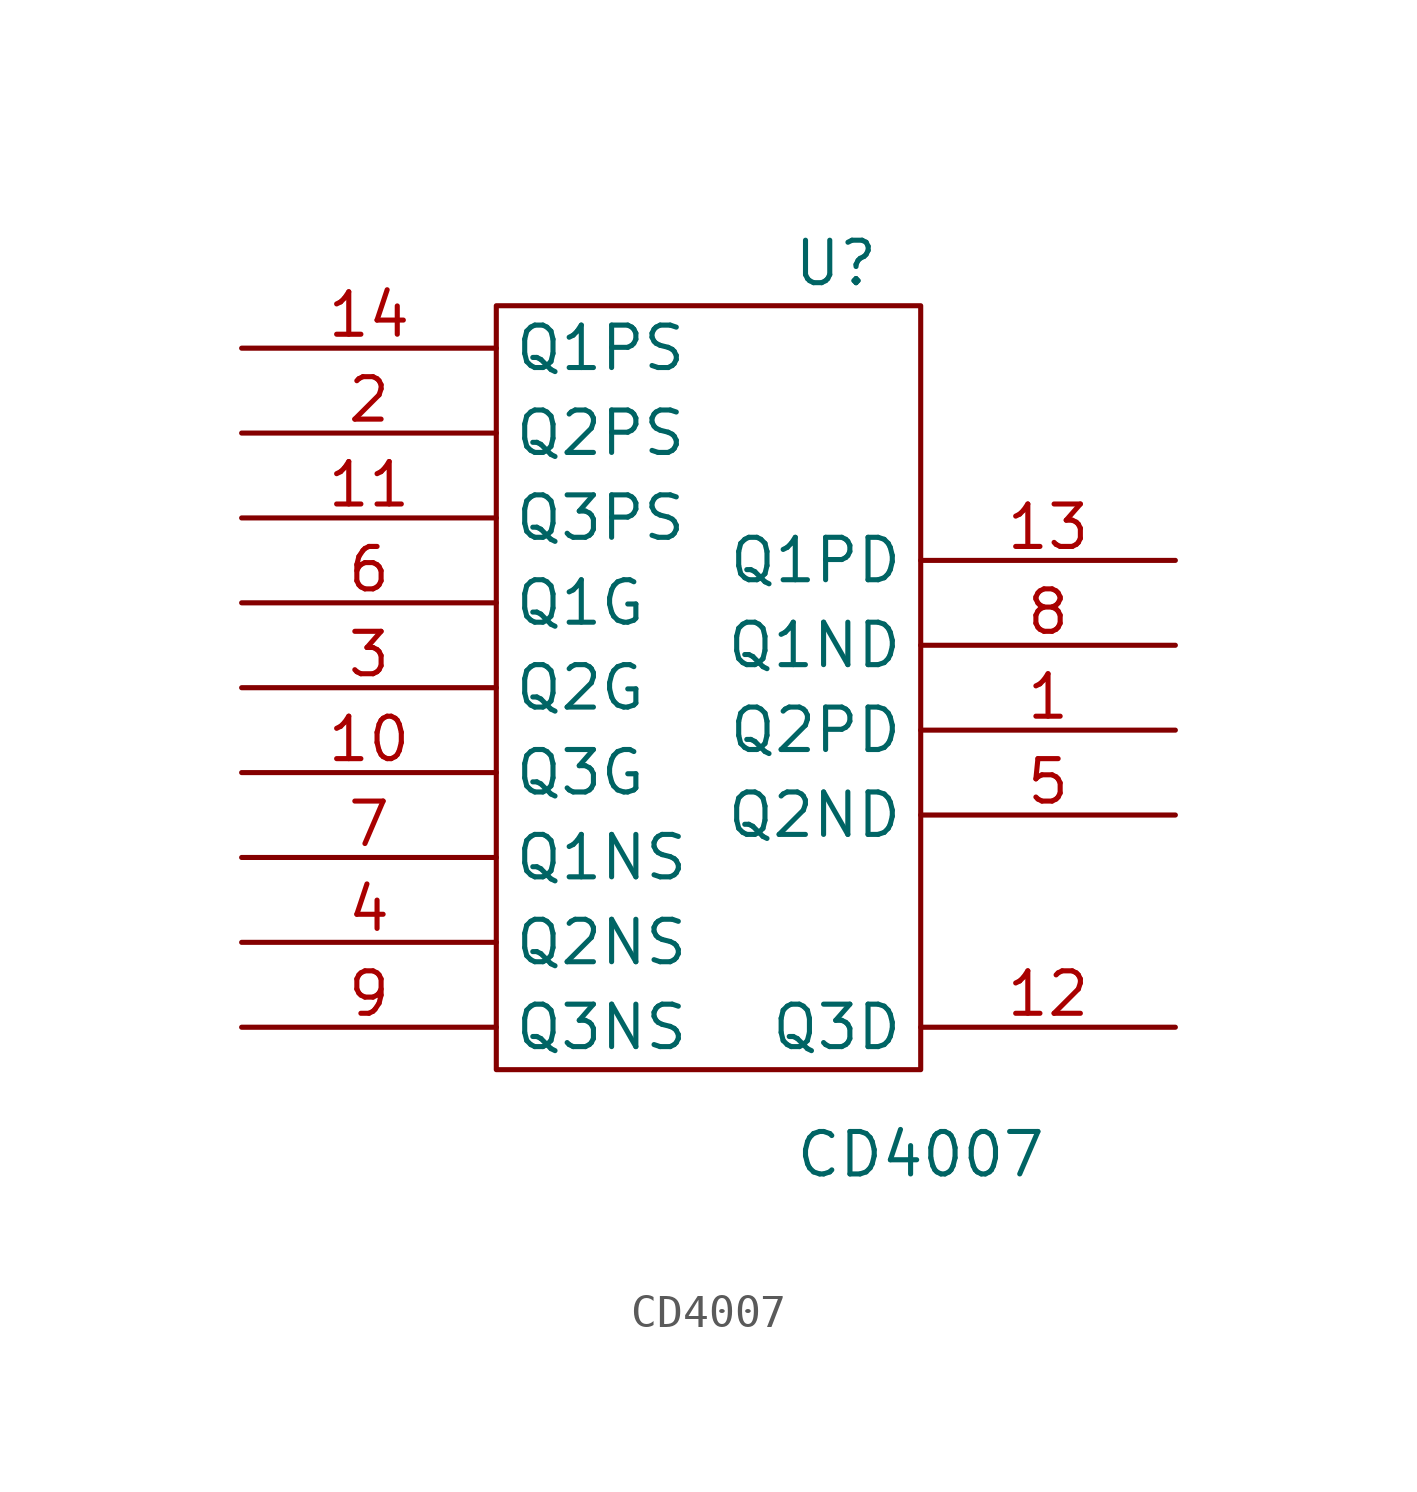
<source format=kicad_sym>
(kicad_symbol_lib
  (version 20211014)
  (generator kicad_symbol_editor)
  (symbol "CD4007"
    (property "Reference" "U"
      (at 3.81 12.7 0)
      (effects (font (size 1.27 1.27))))
    (property "Value" "CD4007"
      (at 6.35 -13.97 0)
      (effects (font (size 1.27 1.27))))
    (symbol "CD4007_0_1"
      (rectangle (start -6.35 11.43) (end 6.35 -11.43) (stroke (width 0) (type default) (color 0 0 0 0)) (fill (type none))))
    (symbol "CD4007_1_1"
      (pin output line (at 13.97 -1.27 180) (length 7.62) (name "Q2PD" (effects (font (size 1.27 1.27)))) (number "1" (effects (font (size 1.27 1.27)))))
      (pin input line (at -13.97 -2.54 0) (length 7.62) (name "Q3G" (effects (font (size 1.27 1.27)))) (number "10" (effects (font (size 1.27 1.27)))))
      (pin input line (at -13.97 5.08 0) (length 7.62) (name "Q3PS" (effects (font (size 1.27 1.27)))) (number "11" (effects (font (size 1.27 1.27)))))
      (pin output line (at 13.97 -10.16 180) (length 7.62) (name "Q3D" (effects (font (size 1.27 1.27)))) (number "12" (effects (font (size 1.27 1.27)))))
      (pin output line (at 13.97 3.81 180) (length 7.62) (name "Q1PD" (effects (font (size 1.27 1.27)))) (number "13" (effects (font (size 1.27 1.27)))))
      (pin input line (at -13.97 10.16 0) (length 7.62) (name "Q1PS" (effects (font (size 1.27 1.27)))) (number "14" (effects (font (size 1.27 1.27)))))
      (pin input line (at -13.97 7.62 0) (length 7.62) (name "Q2PS" (effects (font (size 1.27 1.27)))) (number "2" (effects (font (size 1.27 1.27)))))
      (pin input line (at -13.97 0 0) (length 7.62) (name "Q2G" (effects (font (size 1.27 1.27)))) (number "3" (effects (font (size 1.27 1.27)))))
      (pin input line (at -13.97 -7.62 0) (length 7.62) (name "Q2NS" (effects (font (size 1.27 1.27)))) (number "4" (effects (font (size 1.27 1.27)))))
      (pin output line (at 13.97 -3.81 180) (length 7.62) (name "Q2ND" (effects (font (size 1.27 1.27)))) (number "5" (effects (font (size 1.27 1.27)))))
      (pin input line (at -13.97 2.54 0) (length 7.62) (name "Q1G" (effects (font (size 1.27 1.27)))) (number "6" (effects (font (size 1.27 1.27)))))
      (pin input line (at -13.97 -5.08 0) (length 7.62) (name "Q1NS" (effects (font (size 1.27 1.27)))) (number "7" (effects (font (size 1.27 1.27)))))
      (pin output line (at 13.97 1.27 180) (length 7.62) (name "Q1ND" (effects (font (size 1.27 1.27)))) (number "8" (effects (font (size 1.27 1.27)))))
      (pin input line (at -13.97 -10.16 0) (length 7.62) (name "Q3NS" (effects (font (size 1.27 1.27)))) (number "9" (effects (font (size 1.27 1.27))))))))
</source>
